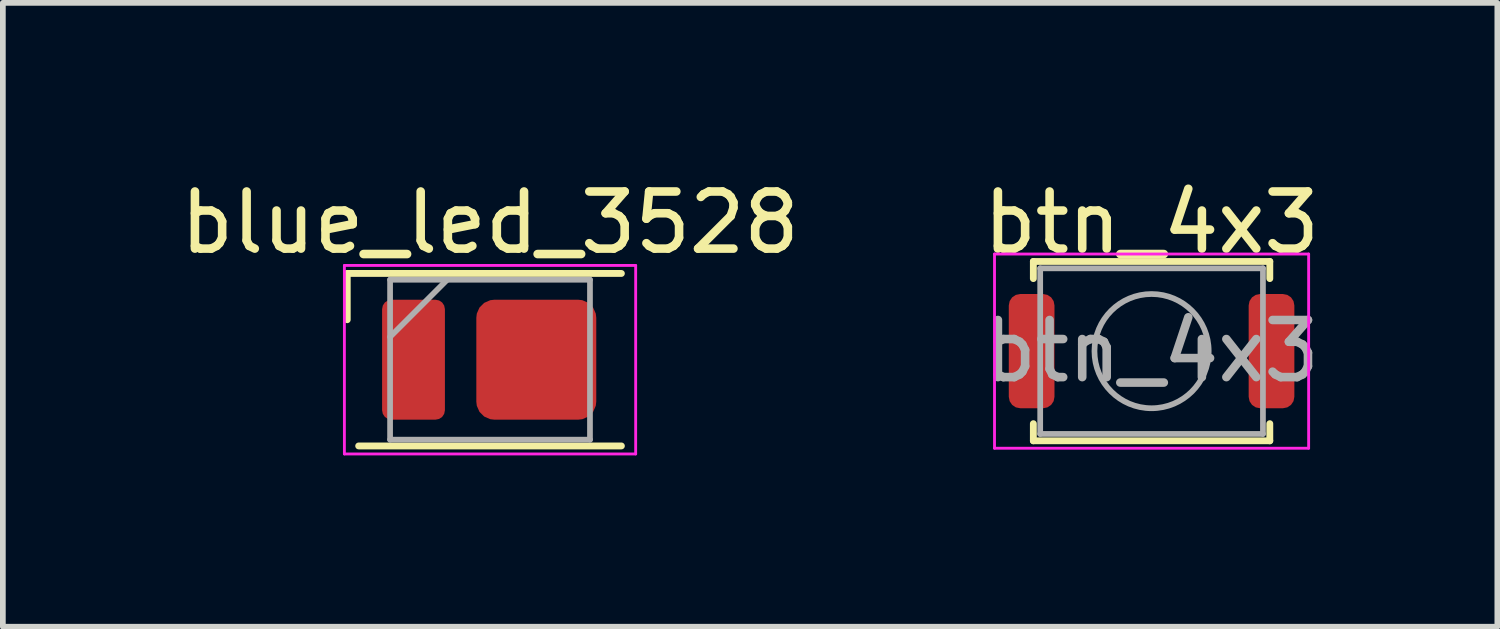
<source format=kicad_pcb>
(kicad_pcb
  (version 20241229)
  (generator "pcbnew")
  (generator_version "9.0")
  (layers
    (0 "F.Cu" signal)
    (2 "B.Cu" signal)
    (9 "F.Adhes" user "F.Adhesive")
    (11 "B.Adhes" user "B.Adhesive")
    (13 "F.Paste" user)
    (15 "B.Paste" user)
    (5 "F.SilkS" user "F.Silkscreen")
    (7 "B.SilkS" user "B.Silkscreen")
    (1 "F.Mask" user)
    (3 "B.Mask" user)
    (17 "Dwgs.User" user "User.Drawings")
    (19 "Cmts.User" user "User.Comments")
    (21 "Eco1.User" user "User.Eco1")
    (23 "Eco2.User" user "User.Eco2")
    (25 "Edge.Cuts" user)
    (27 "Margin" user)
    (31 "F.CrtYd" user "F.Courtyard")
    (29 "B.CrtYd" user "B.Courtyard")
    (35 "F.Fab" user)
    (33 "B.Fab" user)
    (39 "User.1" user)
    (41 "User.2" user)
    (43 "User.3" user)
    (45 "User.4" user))
  (footprint "btn_4x3"
    (layer "F.Cu")
    (at 17.113 3.098)
    (property "Reference" "btn_4x3" (at 0 -2.25 0) (layer "F.SilkS") (effects (font (size 1 1) (thickness 0.15))))
    (attr smd)
    (fp_line (start -2.07 -1.57) (end 2.07 -1.57) (stroke (width 0.12) (type solid)) (layer "F.SilkS"))
    (fp_line (start -2.07 -1.27) (end -2.07 -1.57) (stroke (width 0.12) (type solid)) (layer "F.SilkS"))
    (fp_line (start -2.07 1.57) (end -2.07 1.27) (stroke (width 0.12) (type solid)) (layer "F.SilkS"))
    (fp_line (start 2.07 -1.57) (end 2.07 -1.27) (stroke (width 0.12) (type solid)) (layer "F.SilkS"))
    (fp_line (start 2.07 1.27) (end 2.07 1.57) (stroke (width 0.12) (type solid)) (layer "F.SilkS"))
    (fp_line (start 2.07 1.57) (end -2.07 1.57) (stroke (width 0.12) (type solid)) (layer "F.SilkS"))
    (fp_line (start -2.75 -1.7) (end 2.75 -1.7) (stroke (width 0.05) (type solid)) (layer "F.CrtYd"))
    (fp_line (start -2.75 1.7) (end -2.75 -1.7) (stroke (width 0.05) (type solid)) (layer "F.CrtYd"))
    (fp_line (start 2.75 -1.7) (end 2.75 1.7) (stroke (width 0.05) (type solid)) (layer "F.CrtYd"))
    (fp_line (start 2.75 1.7) (end -2.75 1.7) (stroke (width 0.05) (type solid)) (layer "F.CrtYd"))
    (fp_line (start -1.95 -1.45) (end 1.95 -1.45) (stroke (width 0.1) (type solid)) (layer "F.Fab"))
    (fp_line (start -1.95 1.45) (end -1.95 -1.45) (stroke (width 0.1) (type solid)) (layer "F.Fab"))
    (fp_line (start 1.95 -1.45) (end 1.95 1.45) (stroke (width 0.1) (type solid)) (layer "F.Fab"))
    (fp_line (start 1.95 1.45) (end -1.95 1.45) (stroke (width 0.1) (type solid)) (layer "F.Fab"))
    (fp_circle (center 0 0) (end 1 0) (stroke (width 0.1) (type solid)) (fill no) (layer "F.Fab"))
    (fp_text user "${REFERENCE}" (at 0 0 0) (layer "F.Fab") (effects (font (size 1 1) (thickness 0.15))))
    (pad "1" smd roundrect (at -2.1 0) (size 0.8 2) (layers "F.Cu" "F.Mask" "F.Paste") (roundrect_rratio 0.25))
    (pad "2" smd roundrect (at 2.1 0) (size 0.8 2) (layers "F.Cu" "F.Mask" "F.Paste") (roundrect_rratio 0.25)))
  (footprint "blue_led_3528"
    (layer "F.Cu")
    (at 5.53 3.248)
    (property "Reference" "blue_led_3528" (at 0 -2.4 0) (layer "F.SilkS") (effects (font (size 1 1) (thickness 0.15))))
    (attr smd)
    (fp_line (start -2.5 -1.51) (end 2.3 -1.51) (stroke (width 0.12) (type solid)) (layer "F.SilkS"))
    (fp_line (start -2.5 -0.7) (end -2.5 -1.51) (stroke (width 0.12) (type solid)) (layer "F.SilkS"))
    (fp_line (start -2.3 1.51) (end 2.3 1.51) (stroke (width 0.12) (type solid)) (layer "F.SilkS"))
    (fp_line (start -2.55 -1.65) (end -2.55 1.65) (stroke (width 0.05) (type solid)) (layer "F.CrtYd"))
    (fp_line (start -2.55 1.65) (end 2.55 1.65) (stroke (width 0.05) (type solid)) (layer "F.CrtYd"))
    (fp_line (start 2.55 -1.65) (end -2.55 -1.65) (stroke (width 0.05) (type solid)) (layer "F.CrtYd"))
    (fp_line (start 2.55 1.65) (end 2.55 -1.65) (stroke (width 0.05) (type solid)) (layer "F.CrtYd"))
    (fp_line (start -1.75 -1.4) (end -1.75 1.4) (stroke (width 0.1) (type solid)) (layer "F.Fab"))
    (fp_line (start -1.75 1.4) (end 1.75 1.4) (stroke (width 0.1) (type solid)) (layer "F.Fab"))
    (fp_line (start -0.75 -1.4) (end -1.75 -0.4) (stroke (width 0.1) (type solid)) (layer "F.Fab"))
    (fp_line (start 1.75 -1.4) (end -1.75 -1.4) (stroke (width 0.1) (type solid)) (layer "F.Fab"))
    (fp_line (start 1.75 1.4) (end 1.75 -1.4) (stroke (width 0.1) (type solid)) (layer "F.Fab"))
    (pad "1" smd roundrect (at -1.34 0) (size 1.1 2.1) (layers "F.Cu" "F.Mask" "F.Paste") (roundrect_rratio 0.15))
    (pad "2" smd roundrect (at 0.81 0) (size 2.1 2.1) (layers "F.Cu" "F.Mask" "F.Paste") (roundrect_rratio 0.15)))
  (gr_rect
    (start -3 -3)
    (end 23.167 7.923)
    (stroke (width 0.1) (type default))
    (fill no)
    (layer "Edge.Cuts")))
</source>
